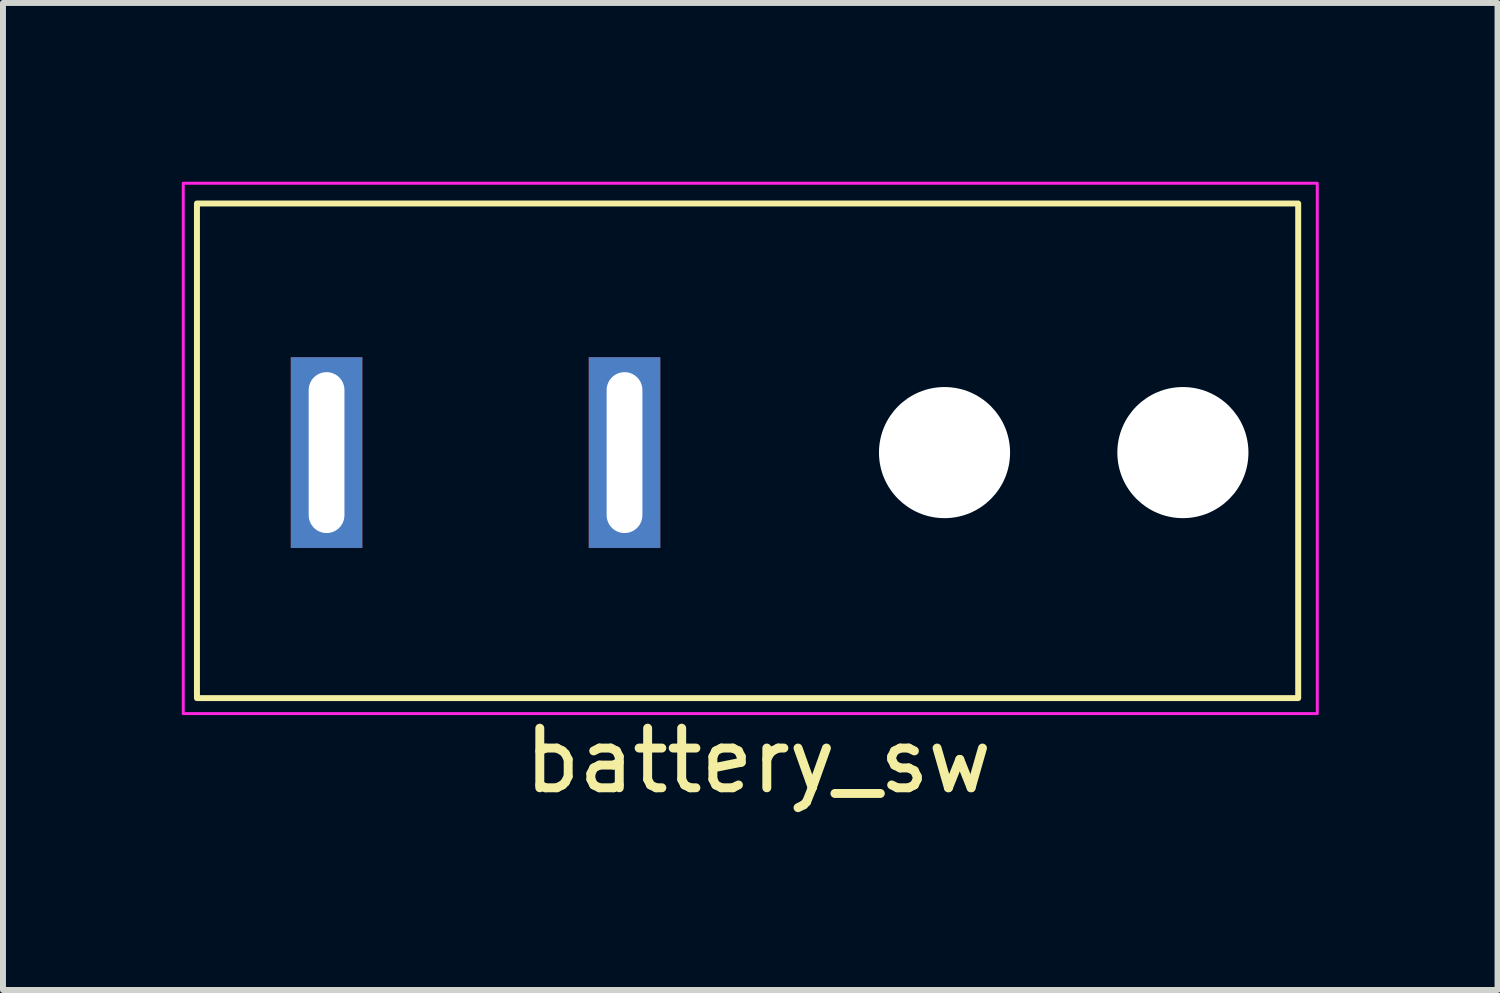
<source format=kicad_pcb>
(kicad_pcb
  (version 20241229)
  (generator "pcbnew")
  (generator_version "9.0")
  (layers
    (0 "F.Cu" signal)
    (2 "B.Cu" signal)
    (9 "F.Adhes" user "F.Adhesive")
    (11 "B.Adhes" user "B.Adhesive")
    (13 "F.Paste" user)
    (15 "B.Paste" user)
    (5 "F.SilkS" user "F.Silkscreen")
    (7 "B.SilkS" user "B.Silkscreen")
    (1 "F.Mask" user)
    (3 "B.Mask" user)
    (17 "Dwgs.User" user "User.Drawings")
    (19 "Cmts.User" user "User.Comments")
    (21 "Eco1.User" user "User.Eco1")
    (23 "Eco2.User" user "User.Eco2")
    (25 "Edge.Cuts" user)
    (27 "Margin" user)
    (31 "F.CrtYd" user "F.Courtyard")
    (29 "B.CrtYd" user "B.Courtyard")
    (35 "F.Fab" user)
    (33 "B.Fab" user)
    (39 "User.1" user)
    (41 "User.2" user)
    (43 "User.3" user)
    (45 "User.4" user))
  (footprint "battery_sw"
    (layer "F.Cu")
    (at 9.615 4.545)
    (property "Reference" "battery_sw" (at 0.06 5.17 0) (layer "F.SilkS") (effects (font (size 1 1) (thickness 0.15))))
    (fp_rect (start -9.36 -4.18) (end 9.12 4.12) (stroke (width 0.1) (type default)) (fill no) (layer "F.SilkS"))
    (fp_rect (start -9.59 -4.52) (end 9.44 4.38) (stroke (width 0.05) (type default)) (fill no) (layer "F.CrtYd"))
    (pad "" np_thru_hole circle (at 3.185 0) (size 2.2 2.2) (drill 2.2) (layers "*.Cu" "*.Mask"))
    (pad "" np_thru_hole circle (at 7.185 0) (size 2.2 2.2) (drill 2.2) (layers "*.Cu" "*.Mask"))
    (pad "1" thru_hole rect (at -2.185 0) (size 1.2 3.2) (drill oval 0.6 2.7) (layers "*.Cu" "*.Mask"))
    (pad "2" thru_hole rect (at -7.185 0) (size 1.2 3.2) (drill oval 0.6 2.7) (layers "*.Cu" "*.Mask")))
  (gr_rect
    (start -3 -3)
    (end 22.08 13.563)
    (stroke (width 0.1) (type default))
    (fill no)
    (layer "Edge.Cuts")))
</source>
